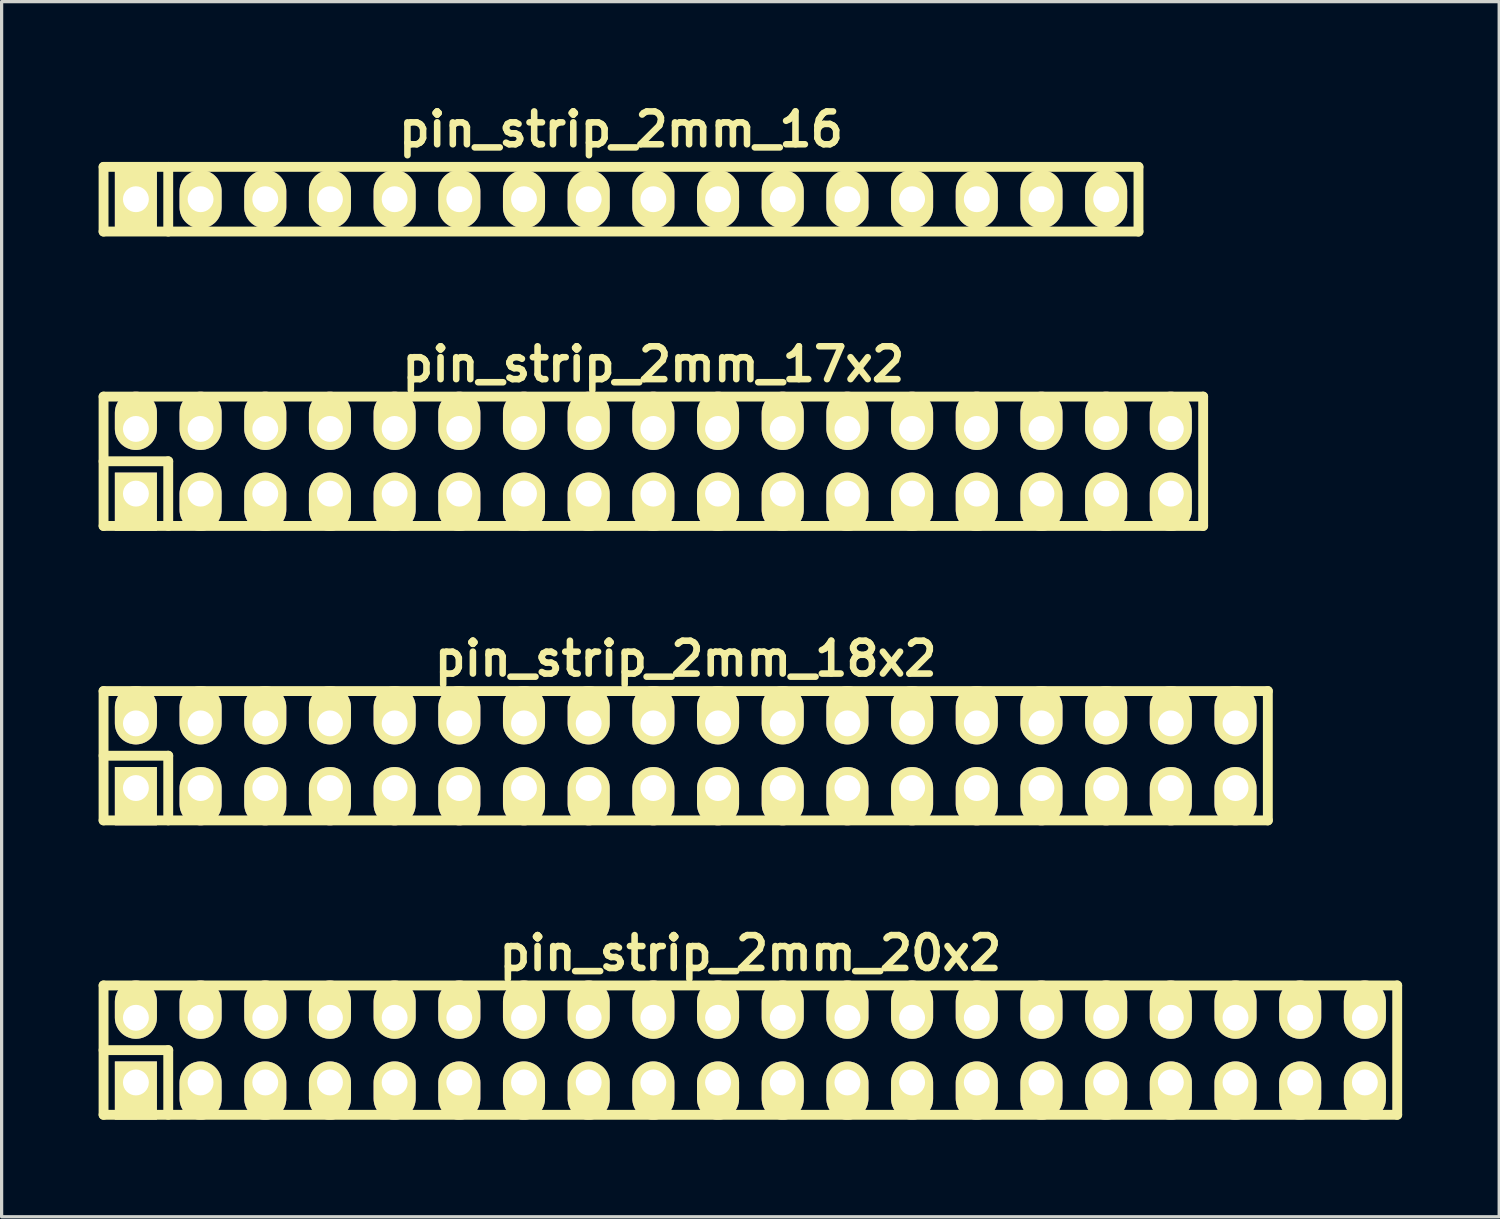
<source format=kicad_pcb>
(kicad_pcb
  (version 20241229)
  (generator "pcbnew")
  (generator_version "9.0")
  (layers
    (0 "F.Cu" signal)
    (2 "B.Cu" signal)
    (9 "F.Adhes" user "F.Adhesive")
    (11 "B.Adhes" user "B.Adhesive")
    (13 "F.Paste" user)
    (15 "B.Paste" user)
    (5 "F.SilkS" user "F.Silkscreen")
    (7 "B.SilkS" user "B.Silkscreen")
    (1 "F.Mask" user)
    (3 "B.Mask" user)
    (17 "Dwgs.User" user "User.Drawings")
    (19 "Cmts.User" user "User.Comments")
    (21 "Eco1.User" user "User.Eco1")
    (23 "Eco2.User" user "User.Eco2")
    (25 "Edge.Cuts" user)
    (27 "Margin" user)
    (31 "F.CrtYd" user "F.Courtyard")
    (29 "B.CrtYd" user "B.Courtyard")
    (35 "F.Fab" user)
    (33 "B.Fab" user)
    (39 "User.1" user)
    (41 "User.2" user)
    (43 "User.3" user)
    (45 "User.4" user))
  (footprint "pin_strip_2mm_20x2"
    (layer "F.Cu")
    (at 20.152 29.42)
    (property "Reference" "pin_strip_2mm_20x2" (at 0 -3 0) (layer "F.SilkS") (effects (font (size 1.016 1.016) (thickness 0.203))))
    (attr through_hole)
    (fp_line (start -20 -2) (end 20 -2) (stroke (width 0.305) (type solid)) (layer "F.SilkS"))
    (fp_line (start -20 0) (end -18 0) (stroke (width 0.305) (type solid)) (layer "F.SilkS"))
    (fp_line (start -20 2) (end -20 -2) (stroke (width 0.305) (type solid)) (layer "F.SilkS"))
    (fp_line (start -18 0) (end -18 2) (stroke (width 0.305) (type solid)) (layer "F.SilkS"))
    (fp_line (start 20 -2) (end 20 2) (stroke (width 0.305) (type solid)) (layer "F.SilkS"))
    (fp_line (start 20 2) (end -20 2) (stroke (width 0.305) (type solid)) (layer "F.SilkS"))
    (pad "1" thru_hole rect (at -19 1) (size 1.3 1.8) (drill 0.8 (offset 0 0.25)) (layers "*.Cu" "*.Mask" "F.SilkS"))
    (pad "2" thru_hole oval (at -19 -1) (size 1.3 1.8) (drill 0.8 (offset 0 -0.25)) (layers "*.Cu" "*.Mask" "F.SilkS"))
    (pad "3" thru_hole oval (at -17 1) (size 1.3 1.8) (drill 0.8 (offset 0 0.25)) (layers "*.Cu" "*.Mask" "F.SilkS"))
    (pad "4" thru_hole oval (at -17 -1) (size 1.3 1.8) (drill 0.8 (offset 0 -0.25)) (layers "*.Cu" "*.Mask" "F.SilkS"))
    (pad "5" thru_hole oval (at -15 1) (size 1.3 1.8) (drill 0.8 (offset 0 0.25)) (layers "*.Cu" "*.Mask" "F.SilkS"))
    (pad "6" thru_hole oval (at -15 -1) (size 1.3 1.8) (drill 0.8 (offset 0 -0.25)) (layers "*.Cu" "*.Mask" "F.SilkS"))
    (pad "7" thru_hole oval (at -13 1) (size 1.3 1.8) (drill 0.8 (offset 0 0.25)) (layers "*.Cu" "*.Mask" "F.SilkS"))
    (pad "8" thru_hole oval (at -13 -1) (size 1.3 1.8) (drill 0.8 (offset 0 -0.25)) (layers "*.Cu" "*.Mask" "F.SilkS"))
    (pad "9" thru_hole oval (at -11 1) (size 1.3 1.8) (drill 0.8 (offset 0 0.25)) (layers "*.Cu" "*.Mask" "F.SilkS"))
    (pad "10" thru_hole oval (at -11 -1) (size 1.3 1.8) (drill 0.8 (offset 0 -0.25)) (layers "*.Cu" "*.Mask" "F.SilkS"))
    (pad "11" thru_hole oval (at -9 1) (size 1.3 1.8) (drill 0.8 (offset 0 0.25)) (layers "*.Cu" "*.Mask" "F.SilkS"))
    (pad "12" thru_hole oval (at -9 -1) (size 1.3 1.8) (drill 0.8 (offset 0 -0.25)) (layers "*.Cu" "*.Mask" "F.SilkS"))
    (pad "13" thru_hole oval (at -7 1) (size 1.3 1.8) (drill 0.8 (offset 0 0.25)) (layers "*.Cu" "*.Mask" "F.SilkS"))
    (pad "14" thru_hole oval (at -7 -1) (size 1.3 1.8) (drill 0.8 (offset 0 -0.25)) (layers "*.Cu" "*.Mask" "F.SilkS"))
    (pad "15" thru_hole oval (at -5 1) (size 1.3 1.8) (drill 0.8 (offset 0 0.25)) (layers "*.Cu" "*.Mask" "F.SilkS"))
    (pad "16" thru_hole oval (at -5 -1) (size 1.3 1.8) (drill 0.8 (offset 0 -0.25)) (layers "*.Cu" "*.Mask" "F.SilkS"))
    (pad "17" thru_hole oval (at -3 1) (size 1.3 1.8) (drill 0.8 (offset 0 0.25)) (layers "*.Cu" "*.Mask" "F.SilkS"))
    (pad "18" thru_hole oval (at -3 -1) (size 1.3 1.8) (drill 0.8 (offset 0 -0.25)) (layers "*.Cu" "*.Mask" "F.SilkS"))
    (pad "19" thru_hole oval (at -1 1) (size 1.3 1.8) (drill 0.8 (offset 0 0.25)) (layers "*.Cu" "*.Mask" "F.SilkS"))
    (pad "20" thru_hole oval (at -1 -1) (size 1.3 1.8) (drill 0.8 (offset 0 -0.25)) (layers "*.Cu" "*.Mask" "F.SilkS"))
    (pad "21" thru_hole oval (at 1 1) (size 1.3 1.8) (drill 0.8 (offset 0 0.25)) (layers "*.Cu" "*.Mask" "F.SilkS"))
    (pad "22" thru_hole oval (at 1 -1) (size 1.3 1.8) (drill 0.8 (offset 0 -0.25)) (layers "*.Cu" "*.Mask" "F.SilkS"))
    (pad "23" thru_hole oval (at 3 1) (size 1.3 1.8) (drill 0.8 (offset 0 0.25)) (layers "*.Cu" "*.Mask" "F.SilkS"))
    (pad "24" thru_hole oval (at 3 -1) (size 1.3 1.8) (drill 0.8 (offset 0 -0.25)) (layers "*.Cu" "*.Mask" "F.SilkS"))
    (pad "25" thru_hole oval (at 5 1) (size 1.3 1.8) (drill 0.8 (offset 0 0.25)) (layers "*.Cu" "*.Mask" "F.SilkS"))
    (pad "26" thru_hole oval (at 5 -1) (size 1.3 1.8) (drill 0.8 (offset 0 -0.25)) (layers "*.Cu" "*.Mask" "F.SilkS"))
    (pad "27" thru_hole oval (at 7 1) (size 1.3 1.8) (drill 0.8 (offset 0 0.25)) (layers "*.Cu" "*.Mask" "F.SilkS"))
    (pad "28" thru_hole oval (at 7 -1) (size 1.3 1.8) (drill 0.8 (offset 0 -0.25)) (layers "*.Cu" "*.Mask" "F.SilkS"))
    (pad "29" thru_hole oval (at 9 1) (size 1.3 1.8) (drill 0.8 (offset 0 0.25)) (layers "*.Cu" "*.Mask" "F.SilkS"))
    (pad "30" thru_hole oval (at 9 -1) (size 1.3 1.8) (drill 0.8 (offset 0 -0.25)) (layers "*.Cu" "*.Mask" "F.SilkS"))
    (pad "31" thru_hole oval (at 11 1) (size 1.3 1.8) (drill 0.8 (offset 0 0.25)) (layers "*.Cu" "*.Mask" "F.SilkS"))
    (pad "32" thru_hole oval (at 11 -1) (size 1.3 1.8) (drill 0.8 (offset 0 -0.25)) (layers "*.Cu" "*.Mask" "F.SilkS"))
    (pad "33" thru_hole oval (at 13 1) (size 1.3 1.8) (drill 0.8 (offset 0 0.25)) (layers "*.Cu" "*.Mask" "F.SilkS"))
    (pad "34" thru_hole oval (at 13 -1) (size 1.3 1.8) (drill 0.8 (offset 0 -0.25)) (layers "*.Cu" "*.Mask" "F.SilkS"))
    (pad "35" thru_hole oval (at 15 1) (size 1.3 1.8) (drill 0.8 (offset 0 0.25)) (layers "*.Cu" "*.Mask" "F.SilkS"))
    (pad "36" thru_hole oval (at 15 -1) (size 1.3 1.8) (drill 0.8 (offset 0 -0.25)) (layers "*.Cu" "*.Mask" "F.SilkS"))
    (pad "37" thru_hole oval (at 17 1) (size 1.3 1.8) (drill 0.8 (offset 0 0.25)) (layers "*.Cu" "*.Mask" "F.SilkS"))
    (pad "38" thru_hole oval (at 17 -1) (size 1.3 1.8) (drill 0.8 (offset 0 -0.25)) (layers "*.Cu" "*.Mask" "F.SilkS"))
    (pad "39" thru_hole oval (at 19 1) (size 1.3 1.8) (drill 0.8 (offset 0 0.25)) (layers "*.Cu" "*.Mask" "F.SilkS"))
    (pad "40" thru_hole oval (at 19 -1) (size 1.3 1.8) (drill 0.8 (offset 0 -0.25)) (layers "*.Cu" "*.Mask" "F.SilkS")))
  (footprint "pin_strip_2mm_16"
    (layer "F.Cu")
    (at 16.152 3.11)
    (property "Reference" "pin_strip_2mm_16" (at 0 -2.159 0) (layer "F.SilkS") (effects (font (size 1.016 1.016) (thickness 0.203))))
    (attr through_hole)
    (fp_line (start -16 -1) (end 16 -1) (stroke (width 0.305) (type solid)) (layer "F.SilkS"))
    (fp_line (start -16 1) (end -16 -1) (stroke (width 0.305) (type solid)) (layer "F.SilkS"))
    (fp_line (start -14 -1) (end -14 1) (stroke (width 0.305) (type solid)) (layer "F.SilkS"))
    (fp_line (start 16 -1) (end 16 1) (stroke (width 0.305) (type solid)) (layer "F.SilkS"))
    (fp_line (start 16 1) (end -16 1) (stroke (width 0.305) (type solid)) (layer "F.SilkS"))
    (pad "1" thru_hole rect (at -15 0) (size 1.3 1.8) (drill 0.8) (layers "*.Cu" "*.Mask" "F.SilkS"))
    (pad "2" thru_hole oval (at -13 0) (size 1.3 1.8) (drill 0.8) (layers "*.Cu" "*.Mask" "F.SilkS"))
    (pad "3" thru_hole oval (at -11 0) (size 1.3 1.8) (drill 0.8) (layers "*.Cu" "*.Mask" "F.SilkS"))
    (pad "4" thru_hole oval (at -9 0) (size 1.3 1.8) (drill 0.8) (layers "*.Cu" "*.Mask" "F.SilkS"))
    (pad "5" thru_hole oval (at -7 0) (size 1.3 1.8) (drill 0.8) (layers "*.Cu" "*.Mask" "F.SilkS"))
    (pad "6" thru_hole oval (at -5 0) (size 1.3 1.8) (drill 0.8) (layers "*.Cu" "*.Mask" "F.SilkS"))
    (pad "7" thru_hole oval (at -3 0) (size 1.3 1.8) (drill 0.8) (layers "*.Cu" "*.Mask" "F.SilkS"))
    (pad "8" thru_hole oval (at -1 0) (size 1.3 1.8) (drill 0.8) (layers "*.Cu" "*.Mask" "F.SilkS"))
    (pad "9" thru_hole oval (at 1 0) (size 1.3 1.8) (drill 0.8) (layers "*.Cu" "*.Mask" "F.SilkS"))
    (pad "10" thru_hole oval (at 3 0) (size 1.3 1.8) (drill 0.8) (layers "*.Cu" "*.Mask" "F.SilkS"))
    (pad "11" thru_hole oval (at 5 0) (size 1.3 1.8) (drill 0.8) (layers "*.Cu" "*.Mask" "F.SilkS"))
    (pad "12" thru_hole oval (at 7 0) (size 1.3 1.8) (drill 0.8) (layers "*.Cu" "*.Mask" "F.SilkS"))
    (pad "13" thru_hole oval (at 9 0) (size 1.3 1.8) (drill 0.8) (layers "*.Cu" "*.Mask" "F.SilkS"))
    (pad "14" thru_hole oval (at 11 0) (size 1.3 1.8) (drill 0.8) (layers "*.Cu" "*.Mask" "F.SilkS"))
    (pad "15" thru_hole oval (at 13 0) (size 1.3 1.8) (drill 0.8) (layers "*.Cu" "*.Mask" "F.SilkS"))
    (pad "16" thru_hole oval (at 15 0) (size 1.3 1.8) (drill 0.8) (layers "*.Cu" "*.Mask" "F.SilkS")))
  (footprint "pin_strip_2mm_17x2"
    (layer "F.Cu")
    (at 17.152 11.213)
    (property "Reference" "pin_strip_2mm_17x2" (at 0 -3 0) (layer "F.SilkS") (effects (font (size 1.016 1.016) (thickness 0.203))))
    (attr through_hole)
    (fp_line (start -17 -2) (end 17 -2) (stroke (width 0.305) (type solid)) (layer "F.SilkS"))
    (fp_line (start -17 0) (end -15 0) (stroke (width 0.305) (type solid)) (layer "F.SilkS"))
    (fp_line (start -17 2) (end -17 -2) (stroke (width 0.305) (type solid)) (layer "F.SilkS"))
    (fp_line (start -15 0) (end -15 2) (stroke (width 0.305) (type solid)) (layer "F.SilkS"))
    (fp_line (start 17 -2) (end 17 2) (stroke (width 0.305) (type solid)) (layer "F.SilkS"))
    (fp_line (start 17 2) (end -17 2) (stroke (width 0.305) (type solid)) (layer "F.SilkS"))
    (pad "1" thru_hole rect (at -16 1) (size 1.3 1.8) (drill 0.8 (offset 0 0.25)) (layers "*.Cu" "*.Mask" "F.SilkS"))
    (pad "2" thru_hole oval (at -16 -1) (size 1.3 1.8) (drill 0.8 (offset 0 -0.25)) (layers "*.Cu" "*.Mask" "F.SilkS"))
    (pad "3" thru_hole oval (at -14 1) (size 1.3 1.8) (drill 0.8 (offset 0 0.25)) (layers "*.Cu" "*.Mask" "F.SilkS"))
    (pad "4" thru_hole oval (at -14 -1) (size 1.3 1.8) (drill 0.8 (offset 0 -0.25)) (layers "*.Cu" "*.Mask" "F.SilkS"))
    (pad "5" thru_hole oval (at -12 1) (size 1.3 1.8) (drill 0.8 (offset 0 0.25)) (layers "*.Cu" "*.Mask" "F.SilkS"))
    (pad "6" thru_hole oval (at -12 -1) (size 1.3 1.8) (drill 0.8 (offset 0 -0.25)) (layers "*.Cu" "*.Mask" "F.SilkS"))
    (pad "7" thru_hole oval (at -10 1) (size 1.3 1.8) (drill 0.8 (offset 0 0.25)) (layers "*.Cu" "*.Mask" "F.SilkS"))
    (pad "8" thru_hole oval (at -10 -1) (size 1.3 1.8) (drill 0.8 (offset 0 -0.25)) (layers "*.Cu" "*.Mask" "F.SilkS"))
    (pad "9" thru_hole oval (at -8 1) (size 1.3 1.8) (drill 0.8 (offset 0 0.25)) (layers "*.Cu" "*.Mask" "F.SilkS"))
    (pad "10" thru_hole oval (at -8 -1) (size 1.3 1.8) (drill 0.8 (offset 0 -0.25)) (layers "*.Cu" "*.Mask" "F.SilkS"))
    (pad "11" thru_hole oval (at -6 1) (size 1.3 1.8) (drill 0.8 (offset 0 0.25)) (layers "*.Cu" "*.Mask" "F.SilkS"))
    (pad "12" thru_hole oval (at -6 -1) (size 1.3 1.8) (drill 0.8 (offset 0 -0.25)) (layers "*.Cu" "*.Mask" "F.SilkS"))
    (pad "13" thru_hole oval (at -4 1) (size 1.3 1.8) (drill 0.8 (offset 0 0.25)) (layers "*.Cu" "*.Mask" "F.SilkS"))
    (pad "14" thru_hole oval (at -4 -1) (size 1.3 1.8) (drill 0.8 (offset 0 -0.25)) (layers "*.Cu" "*.Mask" "F.SilkS"))
    (pad "15" thru_hole oval (at -2 1) (size 1.3 1.8) (drill 0.8 (offset 0 0.25)) (layers "*.Cu" "*.Mask" "F.SilkS"))
    (pad "16" thru_hole oval (at -2 -1) (size 1.3 1.8) (drill 0.8 (offset 0 -0.25)) (layers "*.Cu" "*.Mask" "F.SilkS"))
    (pad "17" thru_hole oval (at 0 1) (size 1.3 1.8) (drill 0.8 (offset 0 0.25)) (layers "*.Cu" "*.Mask" "F.SilkS"))
    (pad "18" thru_hole oval (at 0 -1) (size 1.3 1.8) (drill 0.8 (offset 0 -0.25)) (layers "*.Cu" "*.Mask" "F.SilkS"))
    (pad "19" thru_hole oval (at 2 1) (size 1.3 1.8) (drill 0.8 (offset 0 0.25)) (layers "*.Cu" "*.Mask" "F.SilkS"))
    (pad "20" thru_hole oval (at 2 -1) (size 1.3 1.8) (drill 0.8 (offset 0 -0.25)) (layers "*.Cu" "*.Mask" "F.SilkS"))
    (pad "21" thru_hole oval (at 4 1) (size 1.3 1.8) (drill 0.8 (offset 0 0.25)) (layers "*.Cu" "*.Mask" "F.SilkS"))
    (pad "22" thru_hole oval (at 4 -1) (size 1.3 1.8) (drill 0.8 (offset 0 -0.25)) (layers "*.Cu" "*.Mask" "F.SilkS"))
    (pad "23" thru_hole oval (at 6 1) (size 1.3 1.8) (drill 0.8 (offset 0 0.25)) (layers "*.Cu" "*.Mask" "F.SilkS"))
    (pad "24" thru_hole oval (at 6 -1) (size 1.3 1.8) (drill 0.8 (offset 0 -0.25)) (layers "*.Cu" "*.Mask" "F.SilkS"))
    (pad "25" thru_hole oval (at 8 1) (size 1.3 1.8) (drill 0.8 (offset 0 0.25)) (layers "*.Cu" "*.Mask" "F.SilkS"))
    (pad "26" thru_hole oval (at 8 -1) (size 1.3 1.8) (drill 0.8 (offset 0 -0.25)) (layers "*.Cu" "*.Mask" "F.SilkS"))
    (pad "27" thru_hole oval (at 10 1) (size 1.3 1.8) (drill 0.8 (offset 0 0.25)) (layers "*.Cu" "*.Mask" "F.SilkS"))
    (pad "28" thru_hole oval (at 10 -1) (size 1.3 1.8) (drill 0.8 (offset 0 -0.25)) (layers "*.Cu" "*.Mask" "F.SilkS"))
    (pad "29" thru_hole oval (at 12 1) (size 1.3 1.8) (drill 0.8 (offset 0 0.25)) (layers "*.Cu" "*.Mask" "F.SilkS"))
    (pad "30" thru_hole oval (at 12 -1) (size 1.3 1.8) (drill 0.8 (offset 0 -0.25)) (layers "*.Cu" "*.Mask" "F.SilkS"))
    (pad "31" thru_hole oval (at 14 1) (size 1.3 1.8) (drill 0.8 (offset 0 0.25)) (layers "*.Cu" "*.Mask" "F.SilkS"))
    (pad "32" thru_hole oval (at 14 -1) (size 1.3 1.8) (drill 0.8 (offset 0 -0.25)) (layers "*.Cu" "*.Mask" "F.SilkS"))
    (pad "33" thru_hole oval (at 16 1) (size 1.3 1.8) (drill 0.8 (offset 0 0.25)) (layers "*.Cu" "*.Mask" "F.SilkS"))
    (pad "34" thru_hole oval (at 16 -1) (size 1.3 1.8) (drill 0.8 (offset 0 -0.25)) (layers "*.Cu" "*.Mask" "F.SilkS")))
  (footprint "pin_strip_2mm_18x2"
    (layer "F.Cu")
    (at 18.152 20.317)
    (property "Reference" "pin_strip_2mm_18x2" (at 0 -3 0) (layer "F.SilkS") (effects (font (size 1.016 1.016) (thickness 0.203))))
    (attr through_hole)
    (fp_line (start -18 -2) (end 18 -2) (stroke (width 0.305) (type solid)) (layer "F.SilkS"))
    (fp_line (start -18 0) (end -16 0) (stroke (width 0.305) (type solid)) (layer "F.SilkS"))
    (fp_line (start -18 2) (end -18 -2) (stroke (width 0.305) (type solid)) (layer "F.SilkS"))
    (fp_line (start -16 0) (end -16 2) (stroke (width 0.305) (type solid)) (layer "F.SilkS"))
    (fp_line (start 18 -2) (end 18 2) (stroke (width 0.305) (type solid)) (layer "F.SilkS"))
    (fp_line (start 18 2) (end -18 2) (stroke (width 0.305) (type solid)) (layer "F.SilkS"))
    (pad "1" thru_hole rect (at -17 1) (size 1.3 1.8) (drill 0.8 (offset 0 0.25)) (layers "*.Cu" "*.Mask" "F.SilkS"))
    (pad "2" thru_hole oval (at -17 -1) (size 1.3 1.8) (drill 0.8 (offset 0 -0.25)) (layers "*.Cu" "*.Mask" "F.SilkS"))
    (pad "3" thru_hole oval (at -15 1) (size 1.3 1.8) (drill 0.8 (offset 0 0.25)) (layers "*.Cu" "*.Mask" "F.SilkS"))
    (pad "4" thru_hole oval (at -15 -1) (size 1.3 1.8) (drill 0.8 (offset 0 -0.25)) (layers "*.Cu" "*.Mask" "F.SilkS"))
    (pad "5" thru_hole oval (at -13 1) (size 1.3 1.8) (drill 0.8 (offset 0 0.25)) (layers "*.Cu" "*.Mask" "F.SilkS"))
    (pad "6" thru_hole oval (at -13 -1) (size 1.3 1.8) (drill 0.8 (offset 0 -0.25)) (layers "*.Cu" "*.Mask" "F.SilkS"))
    (pad "7" thru_hole oval (at -11 1) (size 1.3 1.8) (drill 0.8 (offset 0 0.25)) (layers "*.Cu" "*.Mask" "F.SilkS"))
    (pad "8" thru_hole oval (at -11 -1) (size 1.3 1.8) (drill 0.8 (offset 0 -0.25)) (layers "*.Cu" "*.Mask" "F.SilkS"))
    (pad "9" thru_hole oval (at -9 1) (size 1.3 1.8) (drill 0.8 (offset 0 0.25)) (layers "*.Cu" "*.Mask" "F.SilkS"))
    (pad "10" thru_hole oval (at -9 -1) (size 1.3 1.8) (drill 0.8 (offset 0 -0.25)) (layers "*.Cu" "*.Mask" "F.SilkS"))
    (pad "11" thru_hole oval (at -7 1) (size 1.3 1.8) (drill 0.8 (offset 0 0.25)) (layers "*.Cu" "*.Mask" "F.SilkS"))
    (pad "12" thru_hole oval (at -7 -1) (size 1.3 1.8) (drill 0.8 (offset 0 -0.25)) (layers "*.Cu" "*.Mask" "F.SilkS"))
    (pad "13" thru_hole oval (at -5 1) (size 1.3 1.8) (drill 0.8 (offset 0 0.25)) (layers "*.Cu" "*.Mask" "F.SilkS"))
    (pad "14" thru_hole oval (at -5 -1) (size 1.3 1.8) (drill 0.8 (offset 0 -0.25)) (layers "*.Cu" "*.Mask" "F.SilkS"))
    (pad "15" thru_hole oval (at -3 1) (size 1.3 1.8) (drill 0.8 (offset 0 0.25)) (layers "*.Cu" "*.Mask" "F.SilkS"))
    (pad "16" thru_hole oval (at -3 -1) (size 1.3 1.8) (drill 0.8 (offset 0 -0.25)) (layers "*.Cu" "*.Mask" "F.SilkS"))
    (pad "17" thru_hole oval (at -1 1) (size 1.3 1.8) (drill 0.8 (offset 0 0.25)) (layers "*.Cu" "*.Mask" "F.SilkS"))
    (pad "18" thru_hole oval (at -1 -1) (size 1.3 1.8) (drill 0.8 (offset 0 -0.25)) (layers "*.Cu" "*.Mask" "F.SilkS"))
    (pad "19" thru_hole oval (at 1 1) (size 1.3 1.8) (drill 0.8 (offset 0 0.25)) (layers "*.Cu" "*.Mask" "F.SilkS"))
    (pad "20" thru_hole oval (at 1 -1) (size 1.3 1.8) (drill 0.8 (offset 0 -0.25)) (layers "*.Cu" "*.Mask" "F.SilkS"))
    (pad "21" thru_hole oval (at 3 1) (size 1.3 1.8) (drill 0.8 (offset 0 0.25)) (layers "*.Cu" "*.Mask" "F.SilkS"))
    (pad "22" thru_hole oval (at 3 -1) (size 1.3 1.8) (drill 0.8 (offset 0 -0.25)) (layers "*.Cu" "*.Mask" "F.SilkS"))
    (pad "23" thru_hole oval (at 5 1) (size 1.3 1.8) (drill 0.8 (offset 0 0.25)) (layers "*.Cu" "*.Mask" "F.SilkS"))
    (pad "24" thru_hole oval (at 5 -1) (size 1.3 1.8) (drill 0.8 (offset 0 -0.25)) (layers "*.Cu" "*.Mask" "F.SilkS"))
    (pad "25" thru_hole oval (at 7 1) (size 1.3 1.8) (drill 0.8 (offset 0 0.25)) (layers "*.Cu" "*.Mask" "F.SilkS"))
    (pad "26" thru_hole oval (at 7 -1) (size 1.3 1.8) (drill 0.8 (offset 0 -0.25)) (layers "*.Cu" "*.Mask" "F.SilkS"))
    (pad "27" thru_hole oval (at 9 1) (size 1.3 1.8) (drill 0.8 (offset 0 0.25)) (layers "*.Cu" "*.Mask" "F.SilkS"))
    (pad "28" thru_hole oval (at 9 -1) (size 1.3 1.8) (drill 0.8 (offset 0 -0.25)) (layers "*.Cu" "*.Mask" "F.SilkS"))
    (pad "29" thru_hole oval (at 11 1) (size 1.3 1.8) (drill 0.8 (offset 0 0.25)) (layers "*.Cu" "*.Mask" "F.SilkS"))
    (pad "30" thru_hole oval (at 11 -1) (size 1.3 1.8) (drill 0.8 (offset 0 -0.25)) (layers "*.Cu" "*.Mask" "F.SilkS"))
    (pad "31" thru_hole oval (at 13 1) (size 1.3 1.8) (drill 0.8 (offset 0 0.25)) (layers "*.Cu" "*.Mask" "F.SilkS"))
    (pad "32" thru_hole oval (at 13 -1) (size 1.3 1.8) (drill 0.8 (offset 0 -0.25)) (layers "*.Cu" "*.Mask" "F.SilkS"))
    (pad "33" thru_hole oval (at 15 1) (size 1.3 1.8) (drill 0.8 (offset 0 0.25)) (layers "*.Cu" "*.Mask" "F.SilkS"))
    (pad "34" thru_hole oval (at 15 -1) (size 1.3 1.8) (drill 0.8 (offset 0 -0.25)) (layers "*.Cu" "*.Mask" "F.SilkS"))
    (pad "35" thru_hole oval (at 17 1) (size 1.3 1.8) (drill 0.8 (offset 0 0.25)) (layers "*.Cu" "*.Mask" "F.SilkS"))
    (pad "36" thru_hole oval (at 17 -1) (size 1.3 1.8) (drill 0.8 (offset 0 -0.25)) (layers "*.Cu" "*.Mask" "F.SilkS")))
  (gr_rect
    (start -3 -3)
    (end 43.305 34.573)
    (stroke (width 0.1) (type default))
    (fill no)
    (layer "Edge.Cuts")))
</source>
